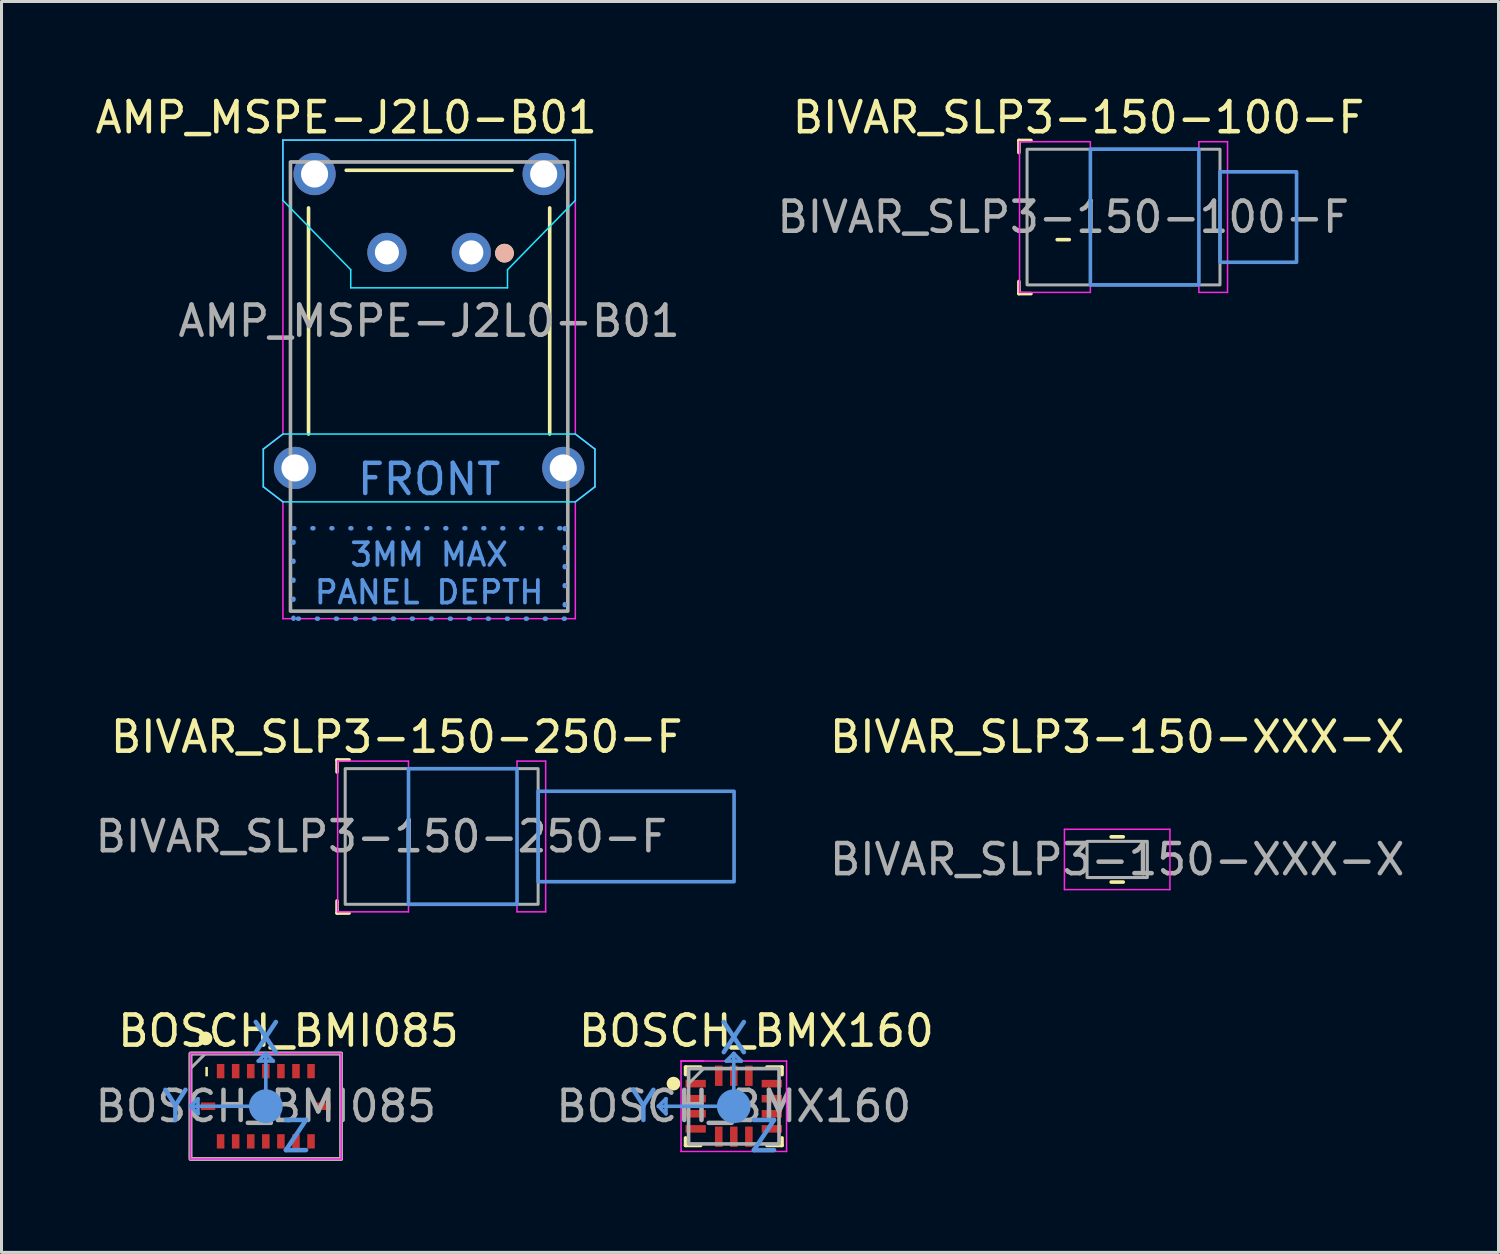
<source format=kicad_pcb>
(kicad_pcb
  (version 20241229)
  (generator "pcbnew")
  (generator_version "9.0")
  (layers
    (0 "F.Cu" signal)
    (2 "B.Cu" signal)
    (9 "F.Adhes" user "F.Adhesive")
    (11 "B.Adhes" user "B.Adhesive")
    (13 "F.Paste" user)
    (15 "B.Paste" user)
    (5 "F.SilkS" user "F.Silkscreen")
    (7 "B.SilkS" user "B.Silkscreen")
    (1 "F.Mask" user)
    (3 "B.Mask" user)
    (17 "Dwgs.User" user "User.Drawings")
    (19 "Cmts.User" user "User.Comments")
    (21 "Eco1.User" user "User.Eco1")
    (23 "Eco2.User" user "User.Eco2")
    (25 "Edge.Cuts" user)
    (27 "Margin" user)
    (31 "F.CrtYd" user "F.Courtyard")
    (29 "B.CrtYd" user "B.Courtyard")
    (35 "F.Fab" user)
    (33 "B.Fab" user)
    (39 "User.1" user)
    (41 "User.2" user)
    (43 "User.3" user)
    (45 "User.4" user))
  (footprint "BIVAR_SLP3-150-XXX-X"
    (layer "F.Cu")
    (at 34.01 25.46)
    (property "Reference" "BIVAR_SLP3-150-XXX-X" (at 0 -4.064 0) (unlocked yes) (layer "F.SilkS") (effects (font (size 1 1) (thickness 0.15))))
    (attr smd)
    (fp_line (start -0.2 -0.75) (end 0.2 -0.75) (stroke (width 0.12) (type solid)) (layer "F.SilkS"))
    (fp_line (start -0.2 0.75) (end 0.2 0.75) (stroke (width 0.12) (type solid)) (layer "F.SilkS"))
    (fp_circle (center 0 -1.25) (end 0.5 -1.25) (stroke (width 0.001) (type default)) (fill no) (layer "Edge.Cuts"))
    (fp_circle (center 0 1.25) (end 0.5 1.25) (stroke (width 0.001) (type default)) (fill no) (layer "Edge.Cuts"))
    (fp_line (start -1.75 1) (end -1.75 -1) (stroke (width 0.05) (type solid)) (layer "F.CrtYd"))
    (fp_line (start 1.75 -1) (end -1.75 -1) (stroke (width 0.05) (type solid)) (layer "F.CrtYd"))
    (fp_line (start 1.75 1) (end -1.75 1) (stroke (width 0.05) (type solid)) (layer "F.CrtYd"))
    (fp_line (start 1.75 1) (end 1.75 -1) (stroke (width 0.05) (type solid)) (layer "F.CrtYd"))
    (fp_rect (start -1 -0.6) (end 1 0.6) (stroke (width 0.1) (type solid)) (fill no) (layer "F.Fab"))
    (fp_text user "${REFERENCE}" (at 0 0 0) (unlocked yes) (layer "F.Fab") (effects (font (size 1 1) (thickness 0.15)))))
  (footprint "BIVAR_SLP3-150-250-F"
    (layer "F.Cu")
    (at 9.601 24.698)
    (property "Reference" "BIVAR_SLP3-150-250-F" (at 0.508 -3.302 0) (unlocked yes) (layer "F.SilkS") (effects (font (size 1 1) (thickness 0.15))))
    (attr smd)
    (fp_line (start -1.47 -2.54) (end -1.07 -2.54) (stroke (width 0.12) (type solid)) (layer "F.SilkS"))
    (fp_line (start -1.47 -2.14) (end -1.47 -2.54) (stroke (width 0.12) (type solid)) (layer "F.SilkS"))
    (fp_line (start -1.47 2.14) (end -1.47 2.54) (stroke (width 0.12) (type solid)) (layer "F.SilkS"))
    (fp_line (start -1.47 2.54) (end -1.07 2.54) (stroke (width 0.12) (type solid)) (layer "F.SilkS"))
    (fp_rect (start 0.9 -2.25) (end 4.5 2.25) (stroke (width 0.12) (type default)) (fill no) (layer "Cmts.User"))
    (fp_rect (start 5.2 -1.5) (end 11.7 1.5) (stroke (width 0.12) (type default)) (fill no) (layer "Cmts.User"))
    (fp_circle (center 0 -1.25) (end 0.5 -1.25) (stroke (width 0.001) (type default)) (fill no) (layer "Edge.Cuts"))
    (fp_circle (center 0 1.25) (end 0.5 1.25) (stroke (width 0.001) (type default)) (fill no) (layer "Edge.Cuts"))
    (fp_line (start -1.45 2.5) (end -1.45 -2.5) (stroke (width 0.05) (type solid)) (layer "F.CrtYd"))
    (fp_line (start 0.9 -2.5) (end -1.45 -2.5) (stroke (width 0.05) (type solid)) (layer "F.CrtYd"))
    (fp_line (start 0.9 2.5) (end -1.45 2.5) (stroke (width 0.05) (type solid)) (layer "F.CrtYd"))
    (fp_line (start 0.9 2.5) (end 0.9 -2.5) (stroke (width 0.05) (type solid)) (layer "F.CrtYd"))
    (fp_line (start 4.5 2.5) (end 4.5 -2.5) (stroke (width 0.05) (type solid)) (layer "F.CrtYd"))
    (fp_line (start 5.45 -2.5) (end 4.5 -2.5) (stroke (width 0.05) (type solid)) (layer "F.CrtYd"))
    (fp_line (start 5.45 2.5) (end 4.5 2.5) (stroke (width 0.05) (type solid)) (layer "F.CrtYd"))
    (fp_line (start 5.45 2.5) (end 5.45 -2.5) (stroke (width 0.05) (type solid)) (layer "F.CrtYd"))
    (fp_rect (start -1.2 -2.25) (end 5.2 2.25) (stroke (width 0.1) (type solid)) (fill no) (layer "F.Fab"))
    (fp_text user "${REFERENCE}" (at 0 0 0) (unlocked yes) (layer "F.Fab") (effects (font (size 1 1) (thickness 0.15)))))
  (footprint "BIVAR_SLP3-150-100-F"
    (layer "F.Cu")
    (at 32.22 4.15)
    (property "Reference" "BIVAR_SLP3-150-100-F" (at 0.508 -3.302 0) (unlocked yes) (layer "F.SilkS") (effects (font (size 1 1) (thickness 0.15))))
    (attr smd)
    (fp_line (start -1.47 -2.54) (end -1.07 -2.54) (stroke (width 0.12) (type solid)) (layer "F.SilkS"))
    (fp_line (start -1.47 -2.14) (end -1.47 -2.54) (stroke (width 0.12) (type solid)) (layer "F.SilkS"))
    (fp_line (start -1.47 2.14) (end -1.47 2.54) (stroke (width 0.12) (type solid)) (layer "F.SilkS"))
    (fp_line (start -1.47 2.54) (end -1.07 2.54) (stroke (width 0.12) (type solid)) (layer "F.SilkS"))
    (fp_line (start -0.2 0.75) (end 0.2 0.75) (stroke (width 0.12) (type solid)) (layer "F.SilkS"))
    (fp_rect (start 0.9 -2.25) (end 4.5 2.25) (stroke (width 0.12) (type default)) (fill no) (layer "Cmts.User"))
    (fp_rect (start 5.2 -1.5) (end 7.74 1.5) (stroke (width 0.12) (type default)) (fill no) (layer "Cmts.User"))
    (fp_circle (center 0 -1.25) (end 0.5 -1.25) (stroke (width 0.001) (type default)) (fill no) (layer "Edge.Cuts"))
    (fp_circle (center 0 1.25) (end 0.5 1.25) (stroke (width 0.001) (type default)) (fill no) (layer "Edge.Cuts"))
    (fp_line (start -1.45 2.5) (end -1.45 -2.5) (stroke (width 0.05) (type solid)) (layer "F.CrtYd"))
    (fp_line (start 0.9 -2.5) (end -1.45 -2.5) (stroke (width 0.05) (type solid)) (layer "F.CrtYd"))
    (fp_line (start 0.9 2.5) (end -1.45 2.5) (stroke (width 0.05) (type solid)) (layer "F.CrtYd"))
    (fp_line (start 0.9 2.5) (end 0.9 -2.5) (stroke (width 0.05) (type solid)) (layer "F.CrtYd"))
    (fp_line (start 4.5 2.5) (end 4.5 -2.5) (stroke (width 0.05) (type solid)) (layer "F.CrtYd"))
    (fp_line (start 5.45 -2.5) (end 4.5 -2.5) (stroke (width 0.05) (type solid)) (layer "F.CrtYd"))
    (fp_line (start 5.45 2.5) (end 4.5 2.5) (stroke (width 0.05) (type solid)) (layer "F.CrtYd"))
    (fp_line (start 5.45 2.5) (end 5.45 -2.5) (stroke (width 0.05) (type solid)) (layer "F.CrtYd"))
    (fp_rect (start -1.2 -2.25) (end 5.2 2.25) (stroke (width 0.1) (type solid)) (fill no) (layer "F.Fab"))
    (fp_text user "${REFERENCE}" (at 0 0 0) (unlocked yes) (layer "F.Fab") (effects (font (size 1 1) (thickness 0.15)))))
  (footprint "BOSCH_BMI085"
    (layer "F.Cu")
    (at 5.768 33.647)
    (property "Reference" "BOSCH_BMI085" (at 0.75 -2.5 0) (unlocked yes) (layer "F.SilkS") (effects (font (size 1 1) (thickness 0.15))))
    (attr smd)
    (fp_rect (start -2.5 -1.75) (end 2.5 1.75) (stroke (width 0.12) (type solid)) (fill no) (layer "F.SilkS"))
    (fp_rect (start -2 -1.3) (end -1.925 -1) (stroke (width 0.01) (type solid)) (fill yes) (layer "F.SilkS"))
    (fp_circle (center -2 -2.25) (end -1.9 -2.25) (stroke (width 0.254) (type solid)) (fill yes) (layer "F.SilkS"))
    (fp_line (start -2.5 0) (end -2.25 -0.25) (stroke (width 0.12) (type solid)) (layer "Cmts.User"))
    (fp_line (start -2.25 -0.25) (end -2.25 0.25) (stroke (width 0.12) (type solid)) (layer "Cmts.User"))
    (fp_line (start -2.25 0.25) (end -2.5 0) (stroke (width 0.12) (type solid)) (layer "Cmts.User"))
    (fp_line (start -0.25 -1.5) (end 0 -1.75) (stroke (width 0.12) (type solid)) (layer "Cmts.User"))
    (fp_line (start 0 -1.75) (end 0.25 -1.5) (stroke (width 0.12) (type solid)) (layer "Cmts.User"))
    (fp_line (start 0 0) (end -2.5 0) (stroke (width 0.12) (type solid)) (layer "Cmts.User"))
    (fp_line (start 0 0) (end 0 -1.75) (stroke (width 0.12) (type solid)) (layer "Cmts.User"))
    (fp_line (start 0.25 -1.5) (end -0.25 -1.5) (stroke (width 0.12) (type solid)) (layer "Cmts.User"))
    (fp_circle (center 0 0) (end 0.000001 0) (stroke (width 0.508) (type solid)) (fill no) (layer "Cmts.User"))
    (fp_circle (center 0 0) (end 0.5 0) (stroke (width 0.12) (type solid)) (fill no) (layer "Cmts.User"))
    (fp_line (start -2.5 1.75) (end -2.5 -1.75) (stroke (width 0.05) (type solid)) (layer "F.CrtYd"))
    (fp_line (start 2.5 -1.75) (end -2.5 -1.75) (stroke (width 0.05) (type solid)) (layer "F.CrtYd"))
    (fp_line (start 2.5 1.75) (end -2.5 1.75) (stroke (width 0.05) (type solid)) (layer "F.CrtYd"))
    (fp_line (start 2.5 1.75) (end 2.5 -1.75) (stroke (width 0.05) (type solid)) (layer "F.CrtYd"))
    (fp_rect (start -2.5 -1.75) (end 2.5 1.75) (stroke (width 0.12) (type solid)) (fill no) (layer "F.Fab"))
    (fp_poly (pts (xy -2.5 -1.25) (xy -2.5 -1.75) (xy -2 -1.75)) (stroke (width 0.1) (type solid)) (fill no) (layer "F.Fab"))
    (fp_text user "X" (at 0 -2.25 0) (unlocked yes) (layer "Cmts.User") (effects (font (size 1 1) (thickness 0.15))))
    (fp_text user "Z" (at 1 1 0) (unlocked yes) (layer "Cmts.User") (effects (font (size 1 1) (thickness 0.15))))
    (fp_text user "Y" (at -3 0 0) (unlocked yes) (layer "Cmts.User") (effects (font (size 1 1) (thickness 0.15))))
    (fp_text user "${REFERENCE}" (at 0 0 0) (unlocked yes) (layer "F.Fab") (effects (font (size 1 1) (thickness 0.15))))
    (pad "1" smd rect (at -1.5 -1.165) (size 0.25 0.475) (layers "F.Cu" "F.Mask" "F.Paste"))
    (pad "2" smd rect (at -1 -1.165) (size 0.25 0.475) (layers "F.Cu" "F.Mask" "F.Paste"))
    (pad "3" smd rect (at -0.5 -1.165) (size 0.25 0.475) (layers "F.Cu" "F.Mask" "F.Paste"))
    (pad "4" smd rect (at 0 -1.165) (size 0.25 0.475) (layers "F.Cu" "F.Mask" "F.Paste"))
    (pad "5" smd rect (at 0.5 -1.165) (size 0.25 0.475) (layers "F.Cu" "F.Mask" "F.Paste"))
    (pad "6" smd rect (at 1 -1.165) (size 0.25 0.475) (layers "F.Cu" "F.Mask" "F.Paste"))
    (pad "7" smd rect (at 1.5 -1.165) (size 0.25 0.475) (layers "F.Cu" "F.Mask" "F.Paste"))
    (pad "8" smd rect (at -1.915 0) (size 0.475 0.25) (layers "F.Cu" "F.Mask" "F.Paste"))
    (pad "9" smd rect (at -1.5 1.165) (size 0.25 0.475) (layers "F.Cu" "F.Mask" "F.Paste"))
    (pad "10" smd rect (at -1 1.165) (size 0.25 0.475) (layers "F.Cu" "F.Mask" "F.Paste"))
    (pad "11" smd rect (at -0.5 1.165) (size 0.25 0.475) (layers "F.Cu" "F.Mask" "F.Paste"))
    (pad "12" smd rect (at 0 1.165) (size 0.25 0.475) (layers "F.Cu" "F.Mask" "F.Paste"))
    (pad "13" smd rect (at 0.5 1.165) (size 0.25 0.475) (layers "F.Cu" "F.Mask" "F.Paste"))
    (pad "14" smd rect (at 1 1.165) (size 0.25 0.475) (layers "F.Cu" "F.Mask" "F.Paste"))
    (pad "15" smd rect (at 1.5 1.165) (size 0.25 0.475) (layers "F.Cu" "F.Mask" "F.Paste"))
    (pad "16" smd rect (at 1.915 0) (size 0.475 0.25) (layers "F.Cu" "F.Mask" "F.Paste")))
  (footprint "AMP_MSPE-J2L0-B01"
    (layer "F.Cu")
    (at 11.185 7.598)
    (property "Reference" "AMP_MSPE-J2L0-B01" (at -2.75 -6.75 0) (unlocked yes) (layer "F.SilkS") (effects (font (size 1 1) (thickness 0.15))))
    (attr smd)
    (fp_line (start -4 3.75) (end -4 -3.75) (stroke (width 0.12) (type solid)) (layer "F.SilkS"))
    (fp_line (start -2.75 -5) (end 2.75 -5) (stroke (width 0.12) (type solid)) (layer "F.SilkS"))
    (fp_line (start 4 3.75) (end 4 -3.75) (stroke (width 0.12) (type solid)) (layer "F.SilkS"))
    (fp_circle (center 2.5 -2.25) (end 2.75 -2.25) (stroke (width 0.12) (type solid)) (fill yes) (layer "F.SilkS"))
    (fp_circle (center 2.5 -2.25) (end 2.75 -2.25) (stroke (width 0.12) (type solid)) (fill yes) (layer "B.SilkS"))
    (fp_rect (start -4.5 6.875) (end 4.5 9.875) (stroke (width 0.15) (type dot)) (fill no) (layer "Cmts.User"))
    (fp_line (start -5.5 5.5) (end -5.5 4.25) (stroke (width 0.05) (type solid)) (layer "B.CrtYd"))
    (fp_line (start -4.85 -6) (end -4.85 -4) (stroke (width 0.05) (type solid)) (layer "B.CrtYd"))
    (fp_line (start -4.85 -4) (end -2.6 -1.7) (stroke (width 0.05) (type solid)) (layer "B.CrtYd"))
    (fp_line (start -4.85 3.75) (end -5.5 4.25) (stroke (width 0.05) (type solid)) (layer "B.CrtYd"))
    (fp_line (start -4.85 6) (end -5.5 5.5) (stroke (width 0.05) (type solid)) (layer "B.CrtYd"))
    (fp_line (start -2.6 -1.7) (end -2.6 -1.1) (stroke (width 0.05) (type solid)) (layer "B.CrtYd"))
    (fp_line (start 2.6 -1.7) (end 2.6 -1.1) (stroke (width 0.05) (type solid)) (layer "B.CrtYd"))
    (fp_line (start 2.6 -1.1) (end -2.6 -1.1) (stroke (width 0.05) (type solid)) (layer "B.CrtYd"))
    (fp_line (start 4.85 -6) (end -4.85 -6) (stroke (width 0.05) (type solid)) (layer "B.CrtYd"))
    (fp_line (start 4.85 -4) (end 2.6 -1.7) (stroke (width 0.05) (type solid)) (layer "B.CrtYd"))
    (fp_line (start 4.85 -4) (end 4.85 -6) (stroke (width 0.05) (type solid)) (layer "B.CrtYd"))
    (fp_line (start 4.85 3.75) (end -4.85 3.75) (stroke (width 0.05) (type solid)) (layer "B.CrtYd"))
    (fp_line (start 4.85 3.75) (end 5.5 4.25) (stroke (width 0.05) (type solid)) (layer "B.CrtYd"))
    (fp_line (start 4.85 6) (end -4.85 6) (stroke (width 0.05) (type solid)) (layer "B.CrtYd"))
    (fp_line (start 4.85 6) (end 5.5 5.5) (stroke (width 0.05) (type solid)) (layer "B.CrtYd"))
    (fp_line (start 5.5 4.25) (end 5.5 5.5) (stroke (width 0.05) (type solid)) (layer "B.CrtYd"))
    (fp_line (start -5.5 5.5) (end -5.5 4.25) (stroke (width 0.05) (type solid)) (layer "F.CrtYd"))
    (fp_line (start -4.85 -6) (end -4.85 3.75) (stroke (width 0.05) (type solid)) (layer "F.CrtYd"))
    (fp_line (start -4.85 3.75) (end -5.5 4.25) (stroke (width 0.05) (type solid)) (layer "F.CrtYd"))
    (fp_line (start -4.85 6) (end -5.5 5.5) (stroke (width 0.05) (type solid)) (layer "F.CrtYd"))
    (fp_line (start -4.85 6) (end -4.85 9.875) (stroke (width 0.05) (type solid)) (layer "F.CrtYd"))
    (fp_line (start 4.85 -6) (end -4.85 -6) (stroke (width 0.05) (type solid)) (layer "F.CrtYd"))
    (fp_line (start 4.85 3.75) (end 4.85 -6) (stroke (width 0.05) (type solid)) (layer "F.CrtYd"))
    (fp_line (start 4.85 3.75) (end 5.5 4.25) (stroke (width 0.05) (type solid)) (layer "F.CrtYd"))
    (fp_line (start 4.85 6) (end 5.5 5.5) (stroke (width 0.05) (type solid)) (layer "F.CrtYd"))
    (fp_line (start 4.85 9.875) (end -4.85 9.875) (stroke (width 0.05) (type solid)) (layer "F.CrtYd"))
    (fp_line (start 4.85 9.875) (end 4.85 6) (stroke (width 0.05) (type solid)) (layer "F.CrtYd"))
    (fp_line (start 5.5 4.25) (end 5.5 5.5) (stroke (width 0.05) (type solid)) (layer "F.CrtYd"))
    (fp_rect (start -4.6 -5.275) (end 4.6 9.625) (stroke (width 0.12) (type solid)) (fill no) (layer "F.Fab"))
    (fp_text user "PANEL DEPTH" (at 0 9 0) (unlocked yes) (layer "Cmts.User") (effects (font (size 0.75 0.75) (thickness 0.125))))
    (fp_text user "3MM MAX" (at 0 7.75 0) (unlocked yes) (layer "Cmts.User") (effects (font (size 0.75 0.75) (thickness 0.125))))
    (fp_text user "FRONT" (at 0 5.25 0) (unlocked yes) (layer "Cmts.User") (effects (font (size 1 1) (thickness 0.15))))
    (fp_text user "${REFERENCE}" (at 0 0 0) (unlocked yes) (layer "F.Fab") (effects (font (size 1 1) (thickness 0.15))))
    (pad "1" thru_hole circle (at 1.4 -2.275) (size 1.3 1.3) (drill 0.8) (layers "*.Cu" "*.Mask"))
    (pad "2" thru_hole circle (at -1.4 -2.275) (size 1.3 1.3) (drill 0.8) (layers "*.Cu" "*.Mask"))
    (pad "SHLD1" thru_hole circle (at 4.45 4.875) (size 1.4 1.4) (drill 0.9) (layers "*.Cu" "*.Mask"))
    (pad "SHLD2" thru_hole circle (at 3.8 -4.875) (size 1.4 1.4) (drill 0.9) (layers "*.Cu" "*.Mask"))
    (pad "SHLD3" thru_hole circle (at -3.8 -4.875) (size 1.4 1.4) (drill 0.9) (layers "*.Cu" "*.Mask"))
    (pad "SHLD4" thru_hole circle (at -4.45 4.875) (size 1.4 1.4) (drill 0.9) (layers "*.Cu" "*.Mask")))
  (footprint "BOSCH_BMX160"
    (layer "F.Cu")
    (at 21.292 33.647)
    (property "Reference" "BOSCH_BMX160" (at 0.75 -2.5 0) (unlocked yes) (layer "F.SilkS") (effects (font (size 1 1) (thickness 0.15))))
    (attr smd)
    (fp_line (start -1.6 -1.3) (end -1.6 -1.05) (stroke (width 0.12) (type solid)) (layer "F.SilkS"))
    (fp_line (start -1.6 -1.3) (end -1.1 -1.3) (stroke (width 0.12) (type solid)) (layer "F.SilkS"))
    (fp_line (start -1.6 1.3) (end -1.6 1.05) (stroke (width 0.12) (type solid)) (layer "F.SilkS"))
    (fp_line (start -1.6 1.3) (end -1.1 1.3) (stroke (width 0.12) (type solid)) (layer "F.SilkS"))
    (fp_line (start 1.6 -1.3) (end 1.1 -1.3) (stroke (width 0.12) (type solid)) (layer "F.SilkS"))
    (fp_line (start 1.6 -1.3) (end 1.6 -1.05) (stroke (width 0.12) (type solid)) (layer "F.SilkS"))
    (fp_line (start 1.6 1.3) (end 1.1 1.3) (stroke (width 0.12) (type solid)) (layer "F.SilkS"))
    (fp_line (start 1.6 1.3) (end 1.6 1.05) (stroke (width 0.12) (type solid)) (layer "F.SilkS"))
    (fp_circle (center -2 -0.75) (end -1.9 -0.75) (stroke (width 0.254) (type solid)) (fill yes) (layer "F.SilkS"))
    (fp_line (start -2.5 0) (end -2.25 -0.25) (stroke (width 0.12) (type solid)) (layer "Cmts.User"))
    (fp_line (start -2.25 -0.25) (end -2.25 0.25) (stroke (width 0.12) (type solid)) (layer "Cmts.User"))
    (fp_line (start -2.25 0.25) (end -2.5 0) (stroke (width 0.12) (type solid)) (layer "Cmts.User"))
    (fp_line (start -0.25 -1.5) (end 0 -1.75) (stroke (width 0.12) (type solid)) (layer "Cmts.User"))
    (fp_line (start 0 -1.75) (end 0.25 -1.5) (stroke (width 0.12) (type solid)) (layer "Cmts.User"))
    (fp_line (start 0 0) (end -2.5 0) (stroke (width 0.12) (type solid)) (layer "Cmts.User"))
    (fp_line (start 0 0) (end 0 -1.75) (stroke (width 0.12) (type solid)) (layer "Cmts.User"))
    (fp_line (start 0.25 -1.5) (end -0.25 -1.5) (stroke (width 0.12) (type solid)) (layer "Cmts.User"))
    (fp_circle (center 0 0) (end 0.000001 0) (stroke (width 0.508) (type solid)) (fill no) (layer "Cmts.User"))
    (fp_circle (center 0 0) (end 0.5 0) (stroke (width 0.12) (type solid)) (fill no) (layer "Cmts.User"))
    (fp_line (start -1.75 -1.5) (end -1 -1.5) (stroke (width 0.05) (type solid)) (layer "F.CrtYd"))
    (fp_line (start -1.75 1.5) (end -1.75 -1.5) (stroke (width 0.05) (type solid)) (layer "F.CrtYd"))
    (fp_line (start 1.75 -1.5) (end -1.75 -1.5) (stroke (width 0.05) (type solid)) (layer "F.CrtYd"))
    (fp_line (start 1.75 1.5) (end -1.75 1.5) (stroke (width 0.05) (type solid)) (layer "F.CrtYd"))
    (fp_line (start 1.75 1.5) (end 1.75 -1.5) (stroke (width 0.05) (type solid)) (layer "F.CrtYd"))
    (fp_rect (start -1.5 -1.25) (end 1.5 1.25) (stroke (width 0.12) (type solid)) (fill no) (layer "F.Fab"))
    (fp_poly (pts (xy -1.5 -0.75) (xy -1.5 -1.25) (xy -1 -1.25)) (stroke (width 0.1) (type solid)) (fill no) (layer "F.Fab"))
    (fp_text user "X" (at 0 -2.25 0) (unlocked yes) (layer "Cmts.User") (effects (font (size 1 1) (thickness 0.15))))
    (fp_text user "Y" (at -3 0 0) (unlocked yes) (layer "Cmts.User") (effects (font (size 1 1) (thickness 0.15))))
    (fp_text user "Z" (at 1 1 0) (unlocked yes) (layer "Cmts.User") (effects (font (size 1 1) (thickness 0.15))))
    (fp_text user "${REFERENCE}" (at 0 0 0) (unlocked yes) (layer "F.Fab") (effects (font (size 1 1) (thickness 0.15))))
    (pad "1" smd rect (at -1.265 -0.75) (size 0.675 0.25) (layers "F.Cu" "F.Mask" "F.Paste"))
    (pad "2" smd rect (at -1.265 -0.25) (size 0.675 0.25) (layers "F.Cu" "F.Mask" "F.Paste"))
    (pad "3" smd rect (at -1.265 0.25) (size 0.675 0.25) (layers "F.Cu" "F.Mask" "F.Paste"))
    (pad "4" smd rect (at -1.265 0.75) (size 0.675 0.25) (layers "F.Cu" "F.Mask" "F.Paste"))
    (pad "5" smd rect (at -0.5 1.012 90) (size 0.675 0.25) (layers "F.Cu" "F.Mask" "F.Paste"))
    (pad "6" smd rect (at 0 1.012 90) (size 0.675 0.25) (layers "F.Cu" "F.Mask" "F.Paste"))
    (pad "7" smd rect (at 0.5 1.012 90) (size 0.675 0.25) (layers "F.Cu" "F.Mask" "F.Paste"))
    (pad "8" smd rect (at 1.262 0.75) (size 0.675 0.25) (layers "F.Cu" "F.Mask" "F.Paste"))
    (pad "9" smd rect (at 1.262 0.25) (size 0.675 0.25) (layers "F.Cu" "F.Mask" "F.Paste"))
    (pad "10" smd rect (at 1.262 -0.25) (size 0.675 0.25) (layers "F.Cu" "F.Mask" "F.Paste"))
    (pad "11" smd rect (at 1.262 -0.75) (size 0.675 0.25) (layers "F.Cu" "F.Mask" "F.Paste"))
    (pad "12" smd rect (at 0.5 -1.012 90) (size 0.675 0.25) (layers "F.Cu" "F.Mask" "F.Paste"))
    (pad "13" smd rect (at 0 -1.012 90) (size 0.675 0.25) (layers "F.Cu" "F.Mask" "F.Paste"))
    (pad "14" smd rect (at -0.5 -1.012 90) (size 0.675 0.25) (layers "F.Cu" "F.Mask" "F.Paste")))
  (gr_rect
    (start -3 -3)
    (end 46.659 38.495)
    (stroke (width 0.1) (type default))
    (fill no)
    (layer "Edge.Cuts")))
</source>
